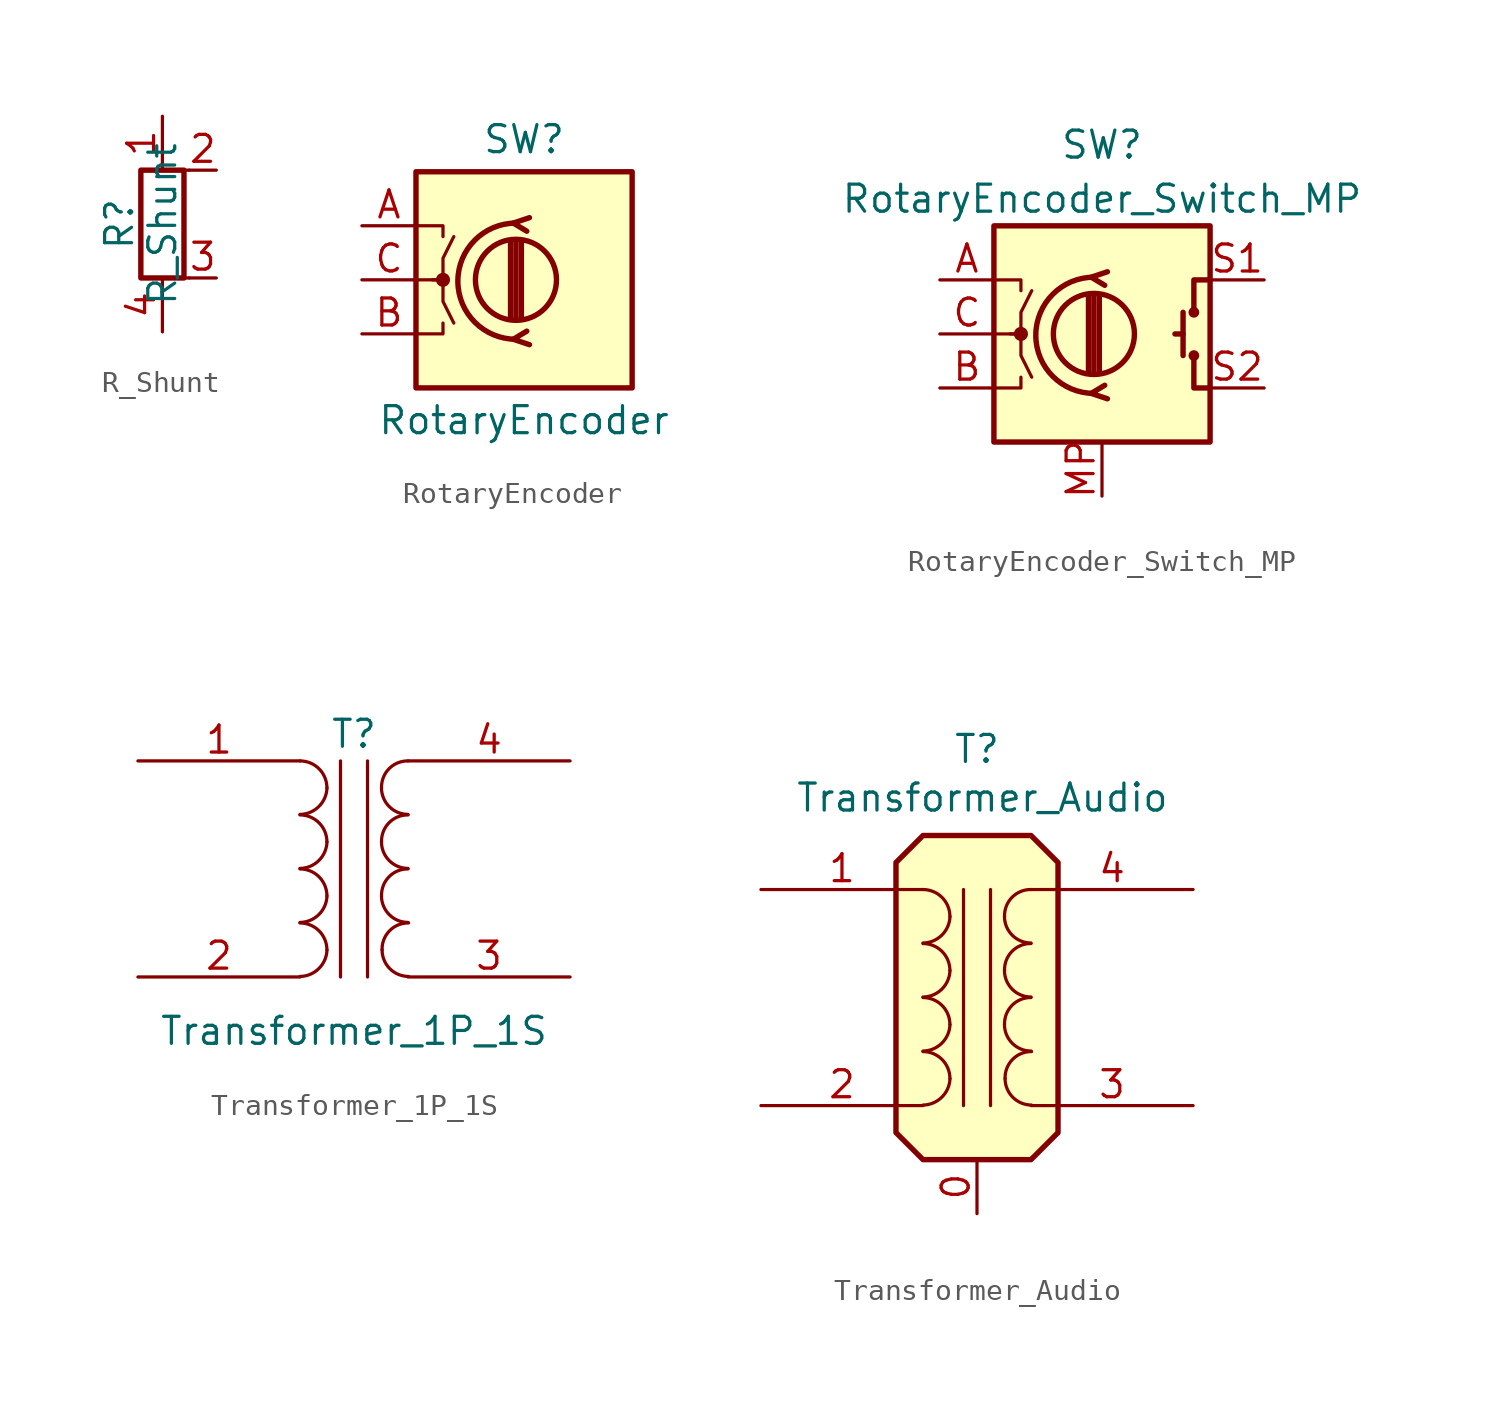
<source format=kicad_sym>
(kicad_symbol_lib
  (version 20241209)
  (generator "kicad_symbol_editor")
  (generator_version "9.0")
  (symbol "R_Shunt"
    (pin_names
      (offset 0)
      (hide yes))
    (property "Reference" "R"
      (at -2.032 0 90)
      (effects (font (size 1.27 1.27))))
    (property "Value" "R_Shunt"
      (at 0 0 90)
      (effects (font (size 1.27 1.27))))
    (symbol "R_Shunt_0_1"
      (rectangle (start -1.016 -2.54) (end 1.016 2.54) (stroke (width 0.254) (type default)) (fill (type none)))
      (polyline (pts (xy 0 -2.54) (xy 1.27 -2.54)) (stroke (width 0) (type default)) (fill (type none)))
      (polyline (pts (xy 1.27 2.54) (xy 0 2.54)) (stroke (width 0) (type default)) (fill (type none))))
    (symbol "R_Shunt_1_1"
      (pin passive line (at 0 5.08 270) (length 2.54) (name "~" (effects (font (size 1.27 1.27)))) (number "1" (effects (font (size 1.27 1.27)))))
      (pin passive line (at 0 -5.08 90) (length 2.54) (name "~" (effects (font (size 1.27 1.27)))) (number "4" (effects (font (size 1.27 1.27)))))
      (pin passive line (at 2.54 2.54 180) (length 1.27) (name "~" (effects (font (size 1.27 1.27)))) (number "2" (effects (font (size 1.27 1.27)))))
      (pin passive line (at 2.54 -2.54 180) (length 1.27) (name "~" (effects (font (size 1.27 1.27)))) (number "3" (effects (font (size 1.27 1.27)))))))
  (symbol "RotaryEncoder"
    (pin_names
      (offset 0.254)
      (hide yes))
    (property "Reference" "SW"
      (at 0 6.604 0)
      (effects (font (size 1.27 1.27))))
    (property "Value" "RotaryEncoder"
      (at 0 -6.604 0)
      (effects (font (size 1.27 1.27))))
    (symbol "RotaryEncoder_0_1"
      (rectangle (start -5.08 5.08) (end 5.08 -5.08) (stroke (width 0.254) (type default)) (fill (type background)))
      (polyline (pts (xy -5.08 2.54) (xy -3.81 2.54) (xy -3.81 2.032)) (stroke (width 0) (type default)) (fill (type none)))
      (polyline (pts (xy -5.08 0) (xy -3.81 0) (xy -3.81 -1.016) (xy -3.302 -2.032)) (stroke (width 0) (type default)) (fill (type none)))
      (polyline (pts (xy -5.08 -2.54) (xy -3.81 -2.54) (xy -3.81 -2.032)) (stroke (width 0) (type default)) (fill (type none)))
      (polyline (pts (xy -4.318 0) (xy -3.81 0) (xy -3.81 1.016) (xy -3.302 2.032)) (stroke (width 0) (type default)) (fill (type none)))
      (circle (center -3.81 0) (radius 0.254) (stroke (width 0) (type default)) (fill (type outline)))
      (polyline (pts (xy -0.635 -1.778) (xy -0.635 1.778)) (stroke (width 0.254) (type default)) (fill (type none)))
      (circle (center -0.381 0) (radius 1.905) (stroke (width 0.254) (type default)) (fill (type none)))
      (polyline (pts (xy -0.381 -1.778) (xy -0.381 1.778)) (stroke (width 0.254) (type default)) (fill (type none)))
      (arc (start -0.381 -2.794) (mid -3.0988 -0.0635) (end -0.381 2.667) (stroke (width 0.254) (type default)) (fill (type none)))
      (polyline (pts (xy -0.127 1.778) (xy -0.127 -1.778)) (stroke (width 0.254) (type default)) (fill (type none)))
      (polyline (pts (xy 0.254 2.921) (xy -0.508 2.667) (xy 0.127 2.286)) (stroke (width 0.254) (type default)) (fill (type none)))
      (polyline (pts (xy 0.254 -3.048) (xy -0.508 -2.794) (xy 0.127 -2.413)) (stroke (width 0.254) (type default)) (fill (type none))))
    (symbol "RotaryEncoder_1_1"
      (pin passive line (at -7.62 2.54 0) (length 2.54) (name "A" (effects (font (size 1.27 1.27)))) (number "A" (effects (font (size 1.27 1.27)))))
      (pin passive line (at -7.62 0 0) (length 2.54) (name "C" (effects (font (size 1.27 1.27)))) (number "C" (effects (font (size 1.27 1.27)))))
      (pin passive line (at -7.62 -2.54 0) (length 2.54) (name "B" (effects (font (size 1.27 1.27)))) (number "B" (effects (font (size 1.27 1.27)))))))
  (symbol "RotaryEncoder_Switch_MP"
    (pin_names
      (offset 0.254)
      (hide yes))
    (property "Reference" "SW"
      (at 0 8.89 0)
      (effects (font (size 1.27 1.27))))
    (property "Value" "RotaryEncoder_Switch_MP"
      (at 0 6.35 0)
      (effects (font (size 1.27 1.27))))
    (symbol "RotaryEncoder_Switch_MP_0_1"
      (rectangle (start -5.08 5.08) (end 5.08 -5.08) (stroke (width 0.254) (type default)) (fill (type background)))
      (polyline (pts (xy -5.08 2.54) (xy -3.81 2.54) (xy -3.81 2.032)) (stroke (width 0) (type default)) (fill (type none)))
      (polyline (pts (xy -5.08 0) (xy -3.81 0) (xy -3.81 -1.016) (xy -3.302 -2.032)) (stroke (width 0) (type default)) (fill (type none)))
      (polyline (pts (xy -5.08 -2.54) (xy -3.81 -2.54) (xy -3.81 -2.032)) (stroke (width 0) (type default)) (fill (type none)))
      (polyline (pts (xy -4.318 0) (xy -3.81 0) (xy -3.81 1.016) (xy -3.302 2.032)) (stroke (width 0) (type default)) (fill (type none)))
      (circle (center -3.81 0) (radius 0.254) (stroke (width 0) (type default)) (fill (type outline)))
      (polyline (pts (xy -0.635 -1.778) (xy -0.635 1.778)) (stroke (width 0.254) (type default)) (fill (type none)))
      (circle (center -0.381 0) (radius 1.905) (stroke (width 0.254) (type default)) (fill (type none)))
      (polyline (pts (xy -0.381 -1.778) (xy -0.381 1.778)) (stroke (width 0.254) (type default)) (fill (type none)))
      (arc (start -0.381 -2.794) (mid -3.0988 -0.0635) (end -0.381 2.667) (stroke (width 0.254) (type default)) (fill (type none)))
      (polyline (pts (xy -0.127 1.778) (xy -0.127 -1.778)) (stroke (width 0.254) (type default)) (fill (type none)))
      (polyline (pts (xy 0.254 2.921) (xy -0.508 2.667) (xy 0.127 2.286)) (stroke (width 0.254) (type default)) (fill (type none)))
      (polyline (pts (xy 0.254 -3.048) (xy -0.508 -2.794) (xy 0.127 -2.413)) (stroke (width 0.254) (type default)) (fill (type none)))
      (polyline (pts (xy 3.81 1.016) (xy 3.81 -1.016)) (stroke (width 0.254) (type default)) (fill (type none)))
      (polyline (pts (xy 3.81 0) (xy 3.429 0)) (stroke (width 0.254) (type default)) (fill (type none)))
      (circle (center 4.318 1.016) (radius 0.127) (stroke (width 0.254) (type default)) (fill (type none)))
      (circle (center 4.318 -1.016) (radius 0.127) (stroke (width 0.254) (type default)) (fill (type none)))
      (polyline (pts (xy 5.08 2.54) (xy 4.318 2.54) (xy 4.318 1.016)) (stroke (width 0.254) (type default)) (fill (type none)))
      (polyline (pts (xy 5.08 -2.54) (xy 4.318 -2.54) (xy 4.318 -1.016)) (stroke (width 0.254) (type default)) (fill (type none))))
    (symbol "RotaryEncoder_Switch_MP_1_1"
      (pin passive line (at -7.62 2.54 0) (length 2.54) (name "A" (effects (font (size 1.27 1.27)))) (number "A" (effects (font (size 1.27 1.27)))))
      (pin passive line (at -7.62 0 0) (length 2.54) (name "C" (effects (font (size 1.27 1.27)))) (number "C" (effects (font (size 1.27 1.27)))))
      (pin passive line (at -7.62 -2.54 0) (length 2.54) (name "B" (effects (font (size 1.27 1.27)))) (number "B" (effects (font (size 1.27 1.27)))))
      (pin passive line (at 0 -7.62 90) (length 2.54) (name "MP" (effects (font (size 1.27 1.27)))) (number "MP" (effects (font (size 1.27 1.27)))))
      (pin passive line (at 7.62 2.54 180) (length 2.54) (name "S1" (effects (font (size 1.27 1.27)))) (number "S1" (effects (font (size 1.27 1.27)))))
      (pin passive line (at 7.62 -2.54 180) (length 2.54) (name "S2" (effects (font (size 1.27 1.27)))) (number "S2" (effects (font (size 1.27 1.27)))))))
  (symbol "Transformer_1P_1S"
    (pin_names
      (offset 1.016)
      (hide yes))
    (property "Reference" "T"
      (at 0 6.35 0)
      (effects (font (size 1.27 1.27))))
    (property "Value" "Transformer_1P_1S"
      (at 0 -7.62 0)
      (effects (font (size 1.27 1.27))))
    (symbol "Transformer_1P_1S_0_1"
      (arc (start -1.27 3.81) (mid -1.656 2.9336) (end -2.54 2.5654) (stroke (width 0) (type default)) (fill (type none)))
      (arc (start -1.27 1.27) (mid -1.656 0.3936) (end -2.54 0.0254) (stroke (width 0) (type default)) (fill (type none)))
      (arc (start -1.27 -1.27) (mid -1.656 -2.1464) (end -2.54 -2.5146) (stroke (width 0) (type default)) (fill (type none)))
      (arc (start -1.27 -3.81) (mid -1.656 -4.6864) (end -2.54 -5.0546) (stroke (width 0) (type default)) (fill (type none)))
      (arc (start -2.54 5.08) (mid -1.642 4.708) (end -1.27 3.81) (stroke (width 0) (type default)) (fill (type none)))
      (arc (start -2.54 2.54) (mid -1.642 2.168) (end -1.27 1.27) (stroke (width 0) (type default)) (fill (type none)))
      (arc (start -2.54 0) (mid -1.642 -0.372) (end -1.27 -1.27) (stroke (width 0) (type default)) (fill (type none)))
      (arc (start -2.54 -2.54) (mid -1.642 -2.912) (end -1.27 -3.81) (stroke (width 0) (type default)) (fill (type none)))
      (polyline (pts (xy -0.635 5.08) (xy -0.635 -5.08)) (stroke (width 0) (type default)) (fill (type none)))
      (polyline (pts (xy 0.635 -5.08) (xy 0.635 5.08)) (stroke (width 0) (type default)) (fill (type none)))
      (arc (start 1.2954 3.81) (mid 1.6457 4.7117) (end 2.54 5.08) (stroke (width 0) (type default)) (fill (type none)))
      (arc (start 1.2954 1.27) (mid 1.6457 2.1717) (end 2.54 2.54) (stroke (width 0) (type default)) (fill (type none)))
      (arc (start 1.2954 -1.27) (mid 1.6457 -0.3683) (end 2.54 0) (stroke (width 0) (type default)) (fill (type none)))
      (arc (start 2.54 2.5654) (mid 1.6599 2.9299) (end 1.2954 3.81) (stroke (width 0) (type default)) (fill (type none)))
      (arc (start 2.54 0.0254) (mid 1.6599 0.3899) (end 1.2954 1.27) (stroke (width 0) (type default)) (fill (type none)))
      (arc (start 2.54 -2.5146) (mid 1.6599 -2.1501) (end 1.2954 -1.27) (stroke (width 0) (type default)) (fill (type none)))
      (arc (start 1.3208 -3.81) (mid 1.6711 -2.9085) (end 2.5654 -2.54) (stroke (width 0) (type default)) (fill (type none)))
      (arc (start 2.5654 -5.0546) (mid 1.6851 -4.6902) (end 1.3208 -3.81) (stroke (width 0) (type default)) (fill (type none))))
    (symbol "Transformer_1P_1S_1_1"
      (pin passive line (at -10.16 5.08 0) (length 7.62) (name "AA" (effects (font (size 1.27 1.27)))) (number "1" (effects (font (size 1.27 1.27)))))
      (pin passive line (at -10.16 -5.08 0) (length 7.62) (name "AB" (effects (font (size 1.27 1.27)))) (number "2" (effects (font (size 1.27 1.27)))))
      (pin passive line (at 10.16 5.08 180) (length 7.62) (name "SB" (effects (font (size 1.27 1.27)))) (number "4" (effects (font (size 1.27 1.27)))))
      (pin passive line (at 10.16 -5.08 180) (length 7.62) (name "SA" (effects (font (size 1.27 1.27)))) (number "3" (effects (font (size 1.27 1.27)))))))
  (symbol "Transformer_Audio"
    (pin_names
      (offset 1.016)
      (hide yes))
    (property "Reference" "T"
      (at 0 11.684 0)
      (effects (font (size 1.27 1.27))))
    (property "Value" "Transformer_Audio"
      (at 0.254 9.398 0)
      (effects (font (size 1.27 1.27))))
    (symbol "Transformer_Audio_0_1"
      (polyline (pts (xy -3.81 6.35) (xy -2.54 7.62) (xy 2.54 7.62) (xy 3.81 6.35) (xy 3.81 -6.35) (xy 2.54 -7.62) (xy -2.54 -7.62) (xy -3.81 -6.35) (xy -3.81 6.35)) (stroke (width 0.254) (type default)) (fill (type background)))
      (arc (start -1.27 3.81) (mid -1.656 2.9336) (end -2.54 2.5654) (stroke (width 0) (type default)) (fill (type none)))
      (arc (start -1.27 1.27) (mid -1.656 0.3936) (end -2.54 0.0254) (stroke (width 0) (type default)) (fill (type none)))
      (arc (start -1.27 -1.27) (mid -1.656 -2.1464) (end -2.54 -2.5146) (stroke (width 0) (type default)) (fill (type none)))
      (arc (start -1.27 -3.81) (mid -1.656 -4.6864) (end -2.54 -5.0546) (stroke (width 0) (type default)) (fill (type none)))
      (arc (start -2.54 5.08) (mid -1.642 4.708) (end -1.27 3.81) (stroke (width 0) (type default)) (fill (type none)))
      (arc (start -2.54 2.54) (mid -1.642 2.168) (end -1.27 1.27) (stroke (width 0) (type default)) (fill (type none)))
      (arc (start -2.54 0) (mid -1.642 -0.372) (end -1.27 -1.27) (stroke (width 0) (type default)) (fill (type none)))
      (arc (start -2.54 -2.54) (mid -1.642 -2.912) (end -1.27 -3.81) (stroke (width 0) (type default)) (fill (type none)))
      (polyline (pts (xy -0.635 5.08) (xy -0.635 -5.08)) (stroke (width 0) (type default)) (fill (type none)))
      (polyline (pts (xy 0.635 -5.08) (xy 0.635 5.08)) (stroke (width 0) (type default)) (fill (type none)))
      (arc (start 1.2954 3.81) (mid 1.6457 4.7117) (end 2.54 5.08) (stroke (width 0) (type default)) (fill (type none)))
      (arc (start 1.2954 1.27) (mid 1.6457 2.1717) (end 2.54 2.54) (stroke (width 0) (type default)) (fill (type none)))
      (arc (start 1.2954 -1.27) (mid 1.6457 -0.3683) (end 2.54 0) (stroke (width 0) (type default)) (fill (type none)))
      (arc (start 2.54 2.5654) (mid 1.6599 2.9299) (end 1.2954 3.81) (stroke (width 0) (type default)) (fill (type none)))
      (arc (start 2.54 0.0254) (mid 1.6599 0.3899) (end 1.2954 1.27) (stroke (width 0) (type default)) (fill (type none)))
      (arc (start 2.54 -2.5146) (mid 1.6599 -2.1501) (end 1.2954 -1.27) (stroke (width 0) (type default)) (fill (type none)))
      (arc (start 1.3208 -3.81) (mid 1.6711 -2.9085) (end 2.5654 -2.54) (stroke (width 0) (type default)) (fill (type none)))
      (arc (start 2.5654 -5.0546) (mid 1.6851 -4.6902) (end 1.3208 -3.81) (stroke (width 0) (type default)) (fill (type none))))
    (symbol "Transformer_Audio_1_1"
      (pin passive line (at -10.16 5.08 0) (length 7.62) (name "AA" (effects (font (size 1.27 1.27)))) (number "1" (effects (font (size 1.27 1.27)))))
      (pin passive line (at -10.16 -5.08 0) (length 7.62) (name "AB" (effects (font (size 1.27 1.27)))) (number "2" (effects (font (size 1.27 1.27)))))
      (pin input line (at 0 -10.16 90) (length 2.54) (name "~" (effects (font (size 1.27 1.27)))) (number "0" (effects (font (size 1.27 1.27)))))
      (pin passive line (at 10.16 5.08 180) (length 7.62) (name "SB" (effects (font (size 1.27 1.27)))) (number "4" (effects (font (size 1.27 1.27)))))
      (pin passive line (at 10.16 -5.08 180) (length 7.62) (name "SA" (effects (font (size 1.27 1.27)))) (number "3" (effects (font (size 1.27 1.27))))))))
</source>
